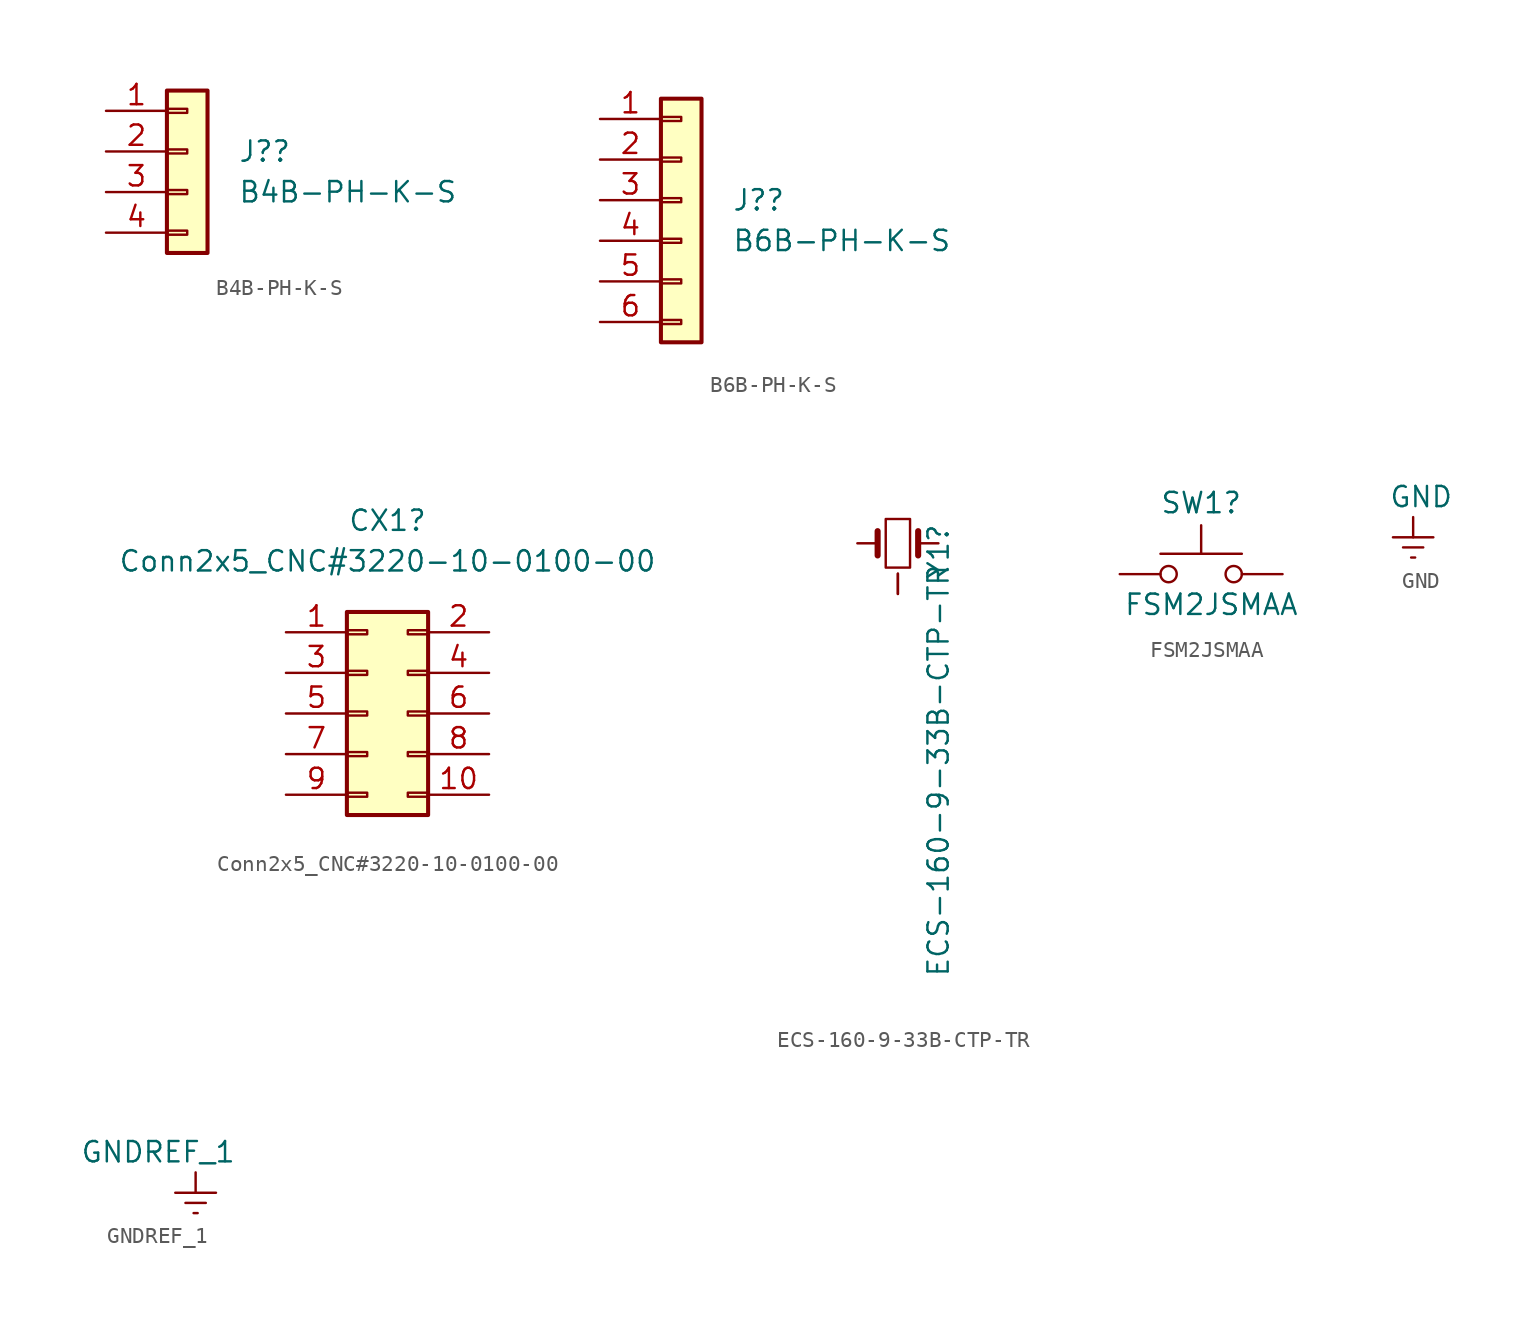
<source format=kicad_sym>
(kicad_symbol_lib
  (version 20211014)
  (generator kicad_symbol_editor)
  (symbol "B4B-PH-K-S"
    (pin_names
      (offset 1.016) hide)
    (property "Reference" "J?"
      (at 3.175 0.0001 0)
      (effects (font (size 1.27 1.27)) (justify left)))
    (property "Value" "B4B-PH-K-S"
      (at 3.175 -2.54 0)
      (effects (font (size 1.27 1.27)) (justify left)))
    (symbol "B4B-PH-K-S_1_1"
      (rectangle (start -1.27 -4.953) (end 0 -5.207) (stroke (width 0.152) (type default) (color 0 0 0 0)) (fill (type none)))
      (rectangle (start -1.27 -2.413) (end 0 -2.667) (stroke (width 0.152) (type default) (color 0 0 0 0)) (fill (type none)))
      (rectangle (start -1.27 0.127) (end 0 -0.127) (stroke (width 0.152) (type default) (color 0 0 0 0)) (fill (type none)))
      (rectangle (start -1.27 2.667) (end 0 2.413) (stroke (width 0.152) (type default) (color 0 0 0 0)) (fill (type none)))
      (rectangle (start -1.27 3.81) (end 1.27 -6.35) (stroke (width 0.254) (type default) (color 0 0 0 0)) (fill (type background)))
      (pin passive line (at -5.08 2.54 0) (length 3.81) (name "Pin_1" (effects (font (size 1.27 1.27)))) (number "1" (effects (font (size 1.27 1.27)))))
      (pin passive line (at -5.08 0 0) (length 3.81) (name "Pin_2" (effects (font (size 1.27 1.27)))) (number "2" (effects (font (size 1.27 1.27)))))
      (pin passive line (at -5.08 -2.54 0) (length 3.81) (name "Pin_3" (effects (font (size 1.27 1.27)))) (number "3" (effects (font (size 1.27 1.27)))))
      (pin passive line (at -5.08 -5.08 0) (length 3.81) (name "Pin_4" (effects (font (size 1.27 1.27)))) (number "4" (effects (font (size 1.27 1.27)))))))
  (symbol "B6B-PH-K-S"
    (pin_names
      (offset 1.016) hide)
    (property "Reference" "J?"
      (at 3.175 0.0001 0)
      (effects (font (size 1.27 1.27)) (justify left)))
    (property "Value" "B6B-PH-K-S"
      (at 3.175 -2.54 0)
      (effects (font (size 1.27 1.27)) (justify left)))
    (symbol "B6B-PH-K-S_1_1"
      (rectangle (start -1.27 -7.493) (end 0 -7.747) (stroke (width 0.152) (type default) (color 0 0 0 0)) (fill (type none)))
      (rectangle (start -1.27 -4.953) (end 0 -5.207) (stroke (width 0.152) (type default) (color 0 0 0 0)) (fill (type none)))
      (rectangle (start -1.27 -2.413) (end 0 -2.667) (stroke (width 0.152) (type default) (color 0 0 0 0)) (fill (type none)))
      (rectangle (start -1.27 0.127) (end 0 -0.127) (stroke (width 0.152) (type default) (color 0 0 0 0)) (fill (type none)))
      (rectangle (start -1.27 2.667) (end 0 2.413) (stroke (width 0.152) (type default) (color 0 0 0 0)) (fill (type none)))
      (rectangle (start -1.27 5.207) (end 0 4.953) (stroke (width 0.152) (type default) (color 0 0 0 0)) (fill (type none)))
      (rectangle (start -1.27 6.35) (end 1.27 -8.89) (stroke (width 0.254) (type default) (color 0 0 0 0)) (fill (type background)))
      (pin passive line (at -5.08 5.08 0) (length 3.81) (name "Pin_1" (effects (font (size 1.27 1.27)))) (number "1" (effects (font (size 1.27 1.27)))))
      (pin passive line (at -5.08 2.54 0) (length 3.81) (name "Pin_2" (effects (font (size 1.27 1.27)))) (number "2" (effects (font (size 1.27 1.27)))))
      (pin passive line (at -5.08 0 0) (length 3.81) (name "Pin_3" (effects (font (size 1.27 1.27)))) (number "3" (effects (font (size 1.27 1.27)))))
      (pin passive line (at -5.08 -2.54 0) (length 3.81) (name "Pin_4" (effects (font (size 1.27 1.27)))) (number "4" (effects (font (size 1.27 1.27)))))
      (pin passive line (at -5.08 -5.08 0) (length 3.81) (name "Pin_5" (effects (font (size 1.27 1.27)))) (number "5" (effects (font (size 1.27 1.27)))))
      (pin passive line (at -5.08 -7.62 0) (length 3.81) (name "Pin_6" (effects (font (size 1.27 1.27)))) (number "6" (effects (font (size 1.27 1.27)))))))
  (symbol "Conn2x5_CNC#3220-10-0100-00"
    (pin_names
      (offset 1.016) hide)
    (property "Reference" "CX1"
      (at 1.27 12.065 0)
      (effects (font (size 1.27 1.27))))
    (property "Value" "Conn2x5_CNC#3220-10-0100-00"
      (at 1.27 9.525 0)
      (effects (font (size 1.27 1.27))))
    (symbol "Conn2x5_CNC#3220-10-0100-00_1_1"
      (rectangle (start -1.27 -4.953) (end 0 -5.207) (stroke (width 0.152) (type default) (color 0 0 0 0)) (fill (type none)))
      (rectangle (start -1.27 -2.413) (end 0 -2.667) (stroke (width 0.152) (type default) (color 0 0 0 0)) (fill (type none)))
      (rectangle (start -1.27 0.127) (end 0 -0.127) (stroke (width 0.152) (type default) (color 0 0 0 0)) (fill (type none)))
      (rectangle (start -1.27 2.667) (end 0 2.413) (stroke (width 0.152) (type default) (color 0 0 0 0)) (fill (type none)))
      (rectangle (start -1.27 5.207) (end 0 4.953) (stroke (width 0.152) (type default) (color 0 0 0 0)) (fill (type none)))
      (rectangle (start -1.27 6.35) (end 3.81 -6.35) (stroke (width 0.254) (type default) (color 0 0 0 0)) (fill (type background)))
      (rectangle (start 3.81 -4.953) (end 2.54 -5.207) (stroke (width 0.152) (type default) (color 0 0 0 0)) (fill (type none)))
      (rectangle (start 3.81 -2.413) (end 2.54 -2.667) (stroke (width 0.152) (type default) (color 0 0 0 0)) (fill (type none)))
      (rectangle (start 3.81 0.127) (end 2.54 -0.127) (stroke (width 0.152) (type default) (color 0 0 0 0)) (fill (type none)))
      (rectangle (start 3.81 2.667) (end 2.54 2.413) (stroke (width 0.152) (type default) (color 0 0 0 0)) (fill (type none)))
      (rectangle (start 3.81 5.207) (end 2.54 4.953) (stroke (width 0.152) (type default) (color 0 0 0 0)) (fill (type none)))
      (pin passive line (at -5.08 5.08 0) (length 3.81) (name "Pin_1" (effects (font (size 1.27 1.27)))) (number "1" (effects (font (size 1.27 1.27)))))
      (pin passive line (at 7.62 -5.08 180) (length 3.81) (name "Pin_10" (effects (font (size 1.27 1.27)))) (number "10" (effects (font (size 1.27 1.27)))))
      (pin passive line (at 7.62 5.08 180) (length 3.81) (name "Pin_2" (effects (font (size 1.27 1.27)))) (number "2" (effects (font (size 1.27 1.27)))))
      (pin passive line (at -5.08 2.54 0) (length 3.81) (name "Pin_3" (effects (font (size 1.27 1.27)))) (number "3" (effects (font (size 1.27 1.27)))))
      (pin passive line (at 7.62 2.54 180) (length 3.81) (name "Pin_4" (effects (font (size 1.27 1.27)))) (number "4" (effects (font (size 1.27 1.27)))))
      (pin passive line (at -5.08 0 0) (length 3.81) (name "Pin_5" (effects (font (size 1.27 1.27)))) (number "5" (effects (font (size 1.27 1.27)))))
      (pin passive line (at 7.62 0 180) (length 3.81) (name "Pin_6" (effects (font (size 1.27 1.27)))) (number "6" (effects (font (size 1.27 1.27)))))
      (pin passive line (at -5.08 -2.54 0) (length 3.81) (name "Pin_7" (effects (font (size 1.27 1.27)))) (number "7" (effects (font (size 1.27 1.27)))))
      (pin passive line (at 7.62 -2.54 180) (length 3.81) (name "Pin_8" (effects (font (size 1.27 1.27)))) (number "8" (effects (font (size 1.27 1.27)))))
      (pin passive line (at -5.08 -5.08 0) (length 3.81) (name "Pin_9" (effects (font (size 1.27 1.27)))) (number "9" (effects (font (size 1.27 1.27)))))))
  (symbol "ECS-160-9-33B-CTP-TR"
    (pin_numbers hide)
    (pin_names
      (offset 1.016) hide)
    (property "Reference" "Y1"
      (at 2.54 1.27 90)
      (effects (font (size 1.27 1.27)) (justify right)))
    (property "Value" "ECS-160-9-33B-CTP-TR"
      (at 2.54 -1.27 90)
      (effects (font (size 1.27 1.27)) (justify right)))
    (symbol "ECS-160-9-33B-CTP-TR_0_1"
      (rectangle (start -0.762 -1.524) (end 0.762 1.524) (stroke (width 0) (type default) (color 0 0 0 0)) (fill (type none)))
      (polyline (pts (xy -1.27 -0.762) (xy -1.27 0.762)) (stroke (width 0.381) (type default) (color 0 0 0 0)) (fill (type none)))
      (polyline (pts (xy 1.27 -0.762) (xy 1.27 0.762)) (stroke (width 0.381) (type default) (color 0 0 0 0)) (fill (type none))))
    (symbol "ECS-160-9-33B-CTP-TR_1_1"
      (pin passive line (at -2.54 0 0) (length 1.27) (name "1" (effects (font (size 1.27 1.27)))) (number "1" (effects (font (size 1.27 1.27)))))
      (pin passive line (at 0 -3.175 90) (length 1.27) (name "GND" (effects (font (size 1.27 1.27)))) (number "2" (effects (font (size 1.27 1.27)))))
      (pin passive line (at 2.54 0 180) (length 1.27) (name "3" (effects (font (size 1.27 1.27)))) (number "3" (effects (font (size 1.27 1.27)))))
      (pin passive line (at 0 -3.175 90) (length 1.27) (name "GND" (effects (font (size 1.27 1.27)))) (number "4" (effects (font (size 1.27 1.27)))))))
  (symbol "FSM2JSMAA"
    (pin_numbers hide)
    (pin_names
      (offset 1.016) hide)
    (property "Reference" "SW1"
      (at 0 4.445 0)
      (effects (font (size 1.27 1.27))))
    (property "Value" "FSM2JSMAA"
      (at 0.635 -1.905 0)
      (effects (font (size 1.27 1.27))))
    (symbol "FSM2JSMAA_0_1"
      (circle (center -2.032 0) (radius 0.508) (stroke (width 0) (type default) (color 0 0 0 0)) (fill (type none)))
      (polyline (pts (xy 0 1.27) (xy 0 3.048)) (stroke (width 0) (type default) (color 0 0 0 0)) (fill (type none)))
      (polyline (pts (xy 2.54 1.27) (xy -2.54 1.27)) (stroke (width 0) (type default) (color 0 0 0 0)) (fill (type none)))
      (circle (center 2.032 0) (radius 0.508) (stroke (width 0) (type default) (color 0 0 0 0)) (fill (type none)))
      (pin passive line (at -5.08 0 0) (length 2.54) (name "A" (effects (font (size 1.27 1.27)))) (number "1" (effects (font (size 1.27 1.27)))))
      (pin passive line (at 5.08 0 180) (length 2.54) (name "B" (effects (font (size 1.27 1.27)))) (number "3" (effects (font (size 1.27 1.27))))))
    (symbol "FSM2JSMAA_1_1"
      (pin passive line (at -5.08 0 0) (length 2.54) hide (name "A" (effects (font (size 1.27 1.27)))) (number "2" (effects (font (size 1.27 1.27)))))
      (pin passive line (at 5.08 0 180) (length 2.54) hide (name "B" (effects (font (size 1.27 1.27)))) (number "4" (effects (font (size 1.27 1.27)))))))
  (symbol "GND"
    (power)
    (pin_names
      (offset 0))
    (property "Reference" "#PWR?"
      (at 0 6.35 0)
      (effects (font (size 1.27 1.27)) hide))
    (property "Value" "GND"
      (at 2.54 1.27 0)
      (effects (font (size 1.27 1.27)) (justify right)))
    (symbol "GND_0_1"
      (polyline (pts (xy -0.635 -1.905) (xy 0.635 -1.905)) (stroke (width 0) (type default) (color 0 0 0 0)) (fill (type none)))
      (polyline (pts (xy -0.127 -2.54) (xy 0.127 -2.54)) (stroke (width 0) (type default) (color 0 0 0 0)) (fill (type none)))
      (polyline (pts (xy 0 -1.27) (xy 0 0)) (stroke (width 0) (type default) (color 0 0 0 0)) (fill (type none)))
      (polyline (pts (xy 1.27 -1.27) (xy -1.27 -1.27)) (stroke (width 0) (type default) (color 0 0 0 0)) (fill (type none))))
    (symbol "GND_1_1"
      (pin power_in line (at 0 0 270) (length 0) hide (name "GND" (effects (font (size 1.27 1.27)))) (number "1" (effects (font (size 1.27 1.27)))))))
  (symbol "GNDREF_1"
    (power)
    (pin_names
      (offset 0))
    (property "Reference" "#PWR?"
      (at 0 6.35 0)
      (effects (font (size 1.27 1.27)) hide))
    (property "Value" "GNDREF_1"
      (at 2.54 1.27 0)
      (effects (font (size 1.27 1.27)) (justify right)))
    (symbol "GNDREF_1_0_1"
      (polyline (pts (xy -0.635 -1.905) (xy 0.635 -1.905)) (stroke (width 0) (type default) (color 0 0 0 0)) (fill (type none)))
      (polyline (pts (xy -0.127 -2.54) (xy 0.127 -2.54)) (stroke (width 0) (type default) (color 0 0 0 0)) (fill (type none)))
      (polyline (pts (xy 0 -1.27) (xy 0 0)) (stroke (width 0) (type default) (color 0 0 0 0)) (fill (type none)))
      (polyline (pts (xy 1.27 -1.27) (xy -1.27 -1.27)) (stroke (width 0) (type default) (color 0 0 0 0)) (fill (type none))))
    (symbol "GNDREF_1_1_1"
      (pin power_in line (at 0 0 270) (length 0) hide (name "GND" (effects (font (size 1.27 1.27)))) (number "1" (effects (font (size 1.27 1.27))))))))
</source>
